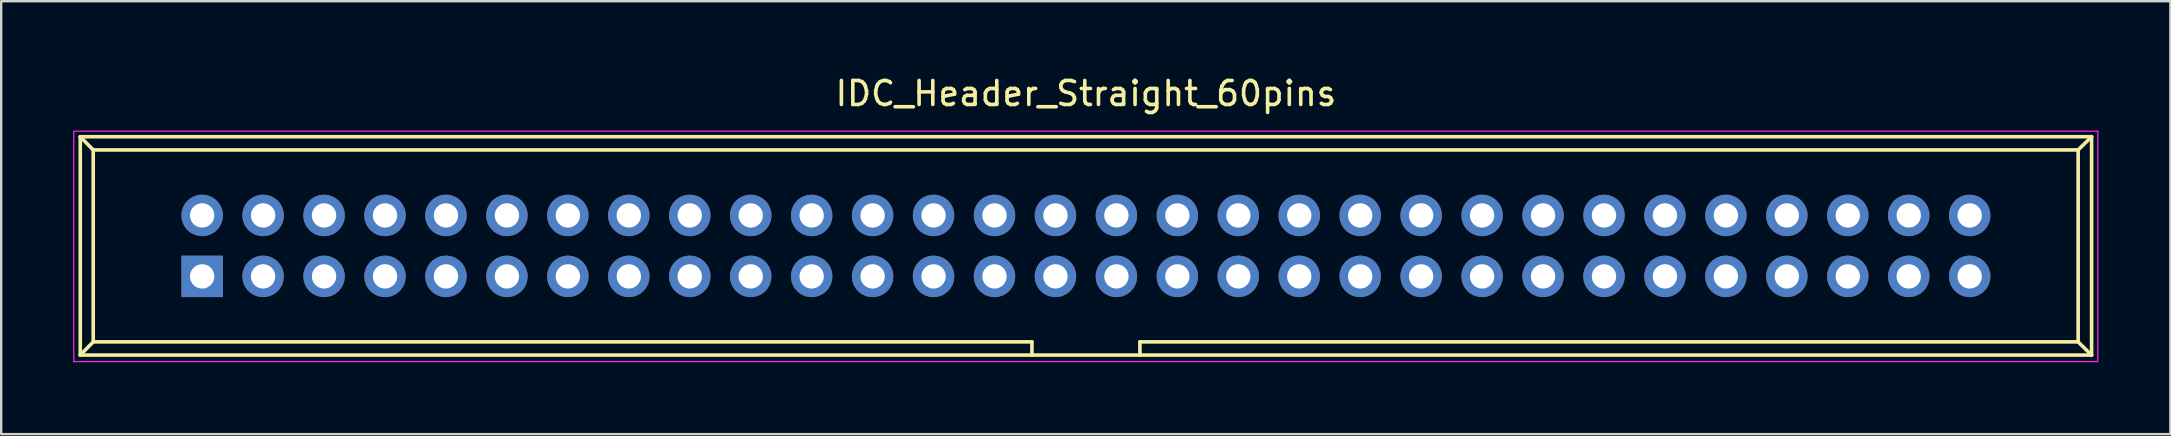
<source format=kicad_pcb>
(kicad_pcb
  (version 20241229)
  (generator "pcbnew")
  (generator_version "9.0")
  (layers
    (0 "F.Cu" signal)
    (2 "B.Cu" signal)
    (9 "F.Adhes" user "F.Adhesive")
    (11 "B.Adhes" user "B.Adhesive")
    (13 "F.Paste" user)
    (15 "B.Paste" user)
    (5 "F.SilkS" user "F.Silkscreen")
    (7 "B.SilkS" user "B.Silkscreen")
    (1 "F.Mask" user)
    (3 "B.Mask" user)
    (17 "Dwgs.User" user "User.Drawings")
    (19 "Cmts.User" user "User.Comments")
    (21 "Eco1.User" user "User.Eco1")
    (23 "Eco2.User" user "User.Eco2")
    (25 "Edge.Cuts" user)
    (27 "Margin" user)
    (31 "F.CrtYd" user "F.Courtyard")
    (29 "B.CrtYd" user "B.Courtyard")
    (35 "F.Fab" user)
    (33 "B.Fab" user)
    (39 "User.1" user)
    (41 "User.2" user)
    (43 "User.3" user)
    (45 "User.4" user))
  (footprint "IDC_Header_Straight_60pins"
    (layer "F.Cu")
    (at 5.375 8.468)
    (property "Reference" "IDC_Header_Straight_60pins" (at 36.83 -7.62 0) (layer "F.SilkS") (effects (font (size 1 1) (thickness 0.15))))
    (attr through_hole)
    (fp_line (start -5.08 -5.82) (end -5.08 3.28) (stroke (width 0.15) (type solid)) (layer "F.SilkS"))
    (fp_line (start -5.08 -5.82) (end -4.54 -5.27) (stroke (width 0.15) (type solid)) (layer "F.SilkS"))
    (fp_line (start -5.08 -5.82) (end 78.74 -5.82) (stroke (width 0.15) (type solid)) (layer "F.SilkS"))
    (fp_line (start -5.08 3.28) (end -4.54 2.73) (stroke (width 0.15) (type solid)) (layer "F.SilkS"))
    (fp_line (start -5.08 3.28) (end 78.74 3.28) (stroke (width 0.15) (type solid)) (layer "F.SilkS"))
    (fp_line (start -4.54 -5.27) (end -4.54 2.73) (stroke (width 0.15) (type solid)) (layer "F.SilkS"))
    (fp_line (start -4.54 -5.27) (end 78.18 -5.27) (stroke (width 0.15) (type solid)) (layer "F.SilkS"))
    (fp_line (start -4.54 2.73) (end 34.58 2.73) (stroke (width 0.15) (type solid)) (layer "F.SilkS"))
    (fp_line (start 34.58 2.73) (end 34.58 3.28) (stroke (width 0.15) (type solid)) (layer "F.SilkS"))
    (fp_line (start 39.08 2.73) (end 39.08 3.28) (stroke (width 0.15) (type solid)) (layer "F.SilkS"))
    (fp_line (start 39.08 2.73) (end 78.18 2.73) (stroke (width 0.15) (type solid)) (layer "F.SilkS"))
    (fp_line (start 78.18 -5.27) (end 78.18 2.73) (stroke (width 0.15) (type solid)) (layer "F.SilkS"))
    (fp_line (start 78.74 -5.82) (end 78.18 -5.27) (stroke (width 0.15) (type solid)) (layer "F.SilkS"))
    (fp_line (start 78.74 -5.82) (end 78.74 3.28) (stroke (width 0.15) (type solid)) (layer "F.SilkS"))
    (fp_line (start 78.74 3.28) (end 78.18 2.73) (stroke (width 0.15) (type solid)) (layer "F.SilkS"))
    (fp_line (start -5.35 -6.05) (end 79 -6.05) (stroke (width 0.05) (type solid)) (layer "F.CrtYd"))
    (fp_line (start -5.35 3.55) (end -5.35 -6.05) (stroke (width 0.05) (type solid)) (layer "F.CrtYd"))
    (fp_line (start 79 -6.05) (end 79 3.55) (stroke (width 0.05) (type solid)) (layer "F.CrtYd"))
    (fp_line (start 79 3.55) (end -5.35 3.55) (stroke (width 0.05) (type solid)) (layer "F.CrtYd"))
    (pad "1" thru_hole rect (at 0 0) (size 1.727 1.727) (drill 1.016) (layers "*.Cu" "*.Mask"))
    (pad "2" thru_hole oval (at 0 -2.54) (size 1.727 1.727) (drill 1.016) (layers "*.Cu" "*.Mask"))
    (pad "3" thru_hole oval (at 2.54 0) (size 1.727 1.727) (drill 1.016) (layers "*.Cu" "*.Mask"))
    (pad "4" thru_hole oval (at 2.54 -2.54) (size 1.727 1.727) (drill 1.016) (layers "*.Cu" "*.Mask"))
    (pad "5" thru_hole oval (at 5.08 0) (size 1.727 1.727) (drill 1.016) (layers "*.Cu" "*.Mask"))
    (pad "6" thru_hole oval (at 5.08 -2.54) (size 1.727 1.727) (drill 1.016) (layers "*.Cu" "*.Mask"))
    (pad "7" thru_hole oval (at 7.62 0) (size 1.727 1.727) (drill 1.016) (layers "*.Cu" "*.Mask"))
    (pad "8" thru_hole oval (at 7.62 -2.54) (size 1.727 1.727) (drill 1.016) (layers "*.Cu" "*.Mask"))
    (pad "9" thru_hole oval (at 10.16 0) (size 1.727 1.727) (drill 1.016) (layers "*.Cu" "*.Mask"))
    (pad "10" thru_hole oval (at 10.16 -2.54) (size 1.727 1.727) (drill 1.016) (layers "*.Cu" "*.Mask"))
    (pad "11" thru_hole oval (at 12.7 0) (size 1.727 1.727) (drill 1.016) (layers "*.Cu" "*.Mask"))
    (pad "12" thru_hole oval (at 12.7 -2.54) (size 1.727 1.727) (drill 1.016) (layers "*.Cu" "*.Mask"))
    (pad "13" thru_hole oval (at 15.24 0) (size 1.727 1.727) (drill 1.016) (layers "*.Cu" "*.Mask"))
    (pad "14" thru_hole oval (at 15.24 -2.54) (size 1.727 1.727) (drill 1.016) (layers "*.Cu" "*.Mask"))
    (pad "15" thru_hole oval (at 17.78 0) (size 1.727 1.727) (drill 1.016) (layers "*.Cu" "*.Mask"))
    (pad "16" thru_hole oval (at 17.78 -2.54) (size 1.727 1.727) (drill 1.016) (layers "*.Cu" "*.Mask"))
    (pad "17" thru_hole oval (at 20.32 0) (size 1.727 1.727) (drill 1.016) (layers "*.Cu" "*.Mask"))
    (pad "18" thru_hole oval (at 20.32 -2.54) (size 1.727 1.727) (drill 1.016) (layers "*.Cu" "*.Mask"))
    (pad "19" thru_hole oval (at 22.86 0) (size 1.727 1.727) (drill 1.016) (layers "*.Cu" "*.Mask"))
    (pad "20" thru_hole oval (at 22.86 -2.54) (size 1.727 1.727) (drill 1.016) (layers "*.Cu" "*.Mask"))
    (pad "21" thru_hole oval (at 25.4 0) (size 1.727 1.727) (drill 1.016) (layers "*.Cu" "*.Mask"))
    (pad "22" thru_hole oval (at 25.4 -2.54) (size 1.727 1.727) (drill 1.016) (layers "*.Cu" "*.Mask"))
    (pad "23" thru_hole oval (at 27.94 0) (size 1.727 1.727) (drill 1.016) (layers "*.Cu" "*.Mask"))
    (pad "24" thru_hole oval (at 27.94 -2.54) (size 1.727 1.727) (drill 1.016) (layers "*.Cu" "*.Mask"))
    (pad "25" thru_hole oval (at 30.48 0) (size 1.727 1.727) (drill 1.016) (layers "*.Cu" "*.Mask"))
    (pad "26" thru_hole oval (at 30.48 -2.54) (size 1.727 1.727) (drill 1.016) (layers "*.Cu" "*.Mask"))
    (pad "27" thru_hole oval (at 33.02 0) (size 1.727 1.727) (drill 1.016) (layers "*.Cu" "*.Mask"))
    (pad "28" thru_hole oval (at 33.02 -2.54) (size 1.727 1.727) (drill 1.016) (layers "*.Cu" "*.Mask"))
    (pad "29" thru_hole oval (at 35.56 0) (size 1.727 1.727) (drill 1.016) (layers "*.Cu" "*.Mask"))
    (pad "30" thru_hole oval (at 35.56 -2.54) (size 1.727 1.727) (drill 1.016) (layers "*.Cu" "*.Mask"))
    (pad "31" thru_hole oval (at 38.1 0) (size 1.727 1.727) (drill 1.016) (layers "*.Cu" "*.Mask"))
    (pad "32" thru_hole oval (at 38.1 -2.54) (size 1.727 1.727) (drill 1.016) (layers "*.Cu" "*.Mask"))
    (pad "33" thru_hole oval (at 40.64 0) (size 1.727 1.727) (drill 1.016) (layers "*.Cu" "*.Mask"))
    (pad "34" thru_hole oval (at 40.64 -2.54) (size 1.727 1.727) (drill 1.016) (layers "*.Cu" "*.Mask"))
    (pad "35" thru_hole oval (at 43.18 0) (size 1.727 1.727) (drill 1.016) (layers "*.Cu" "*.Mask"))
    (pad "36" thru_hole oval (at 43.18 -2.54) (size 1.727 1.727) (drill 1.016) (layers "*.Cu" "*.Mask"))
    (pad "37" thru_hole oval (at 45.72 0) (size 1.727 1.727) (drill 1.016) (layers "*.Cu" "*.Mask"))
    (pad "38" thru_hole oval (at 45.72 -2.54) (size 1.727 1.727) (drill 1.016) (layers "*.Cu" "*.Mask"))
    (pad "39" thru_hole oval (at 48.26 0) (size 1.727 1.727) (drill 1.016) (layers "*.Cu" "*.Mask"))
    (pad "40" thru_hole oval (at 48.26 -2.54) (size 1.727 1.727) (drill 1.016) (layers "*.Cu" "*.Mask"))
    (pad "41" thru_hole oval (at 50.8 0) (size 1.727 1.727) (drill 1.016) (layers "*.Cu" "*.Mask"))
    (pad "42" thru_hole oval (at 50.8 -2.54) (size 1.727 1.727) (drill 1.016) (layers "*.Cu" "*.Mask"))
    (pad "43" thru_hole oval (at 53.34 0) (size 1.727 1.727) (drill 1.016) (layers "*.Cu" "*.Mask"))
    (pad "44" thru_hole oval (at 53.34 -2.54) (size 1.727 1.727) (drill 1.016) (layers "*.Cu" "*.Mask"))
    (pad "45" thru_hole oval (at 55.88 0) (size 1.727 1.727) (drill 1.016) (layers "*.Cu" "*.Mask"))
    (pad "46" thru_hole oval (at 55.88 -2.54) (size 1.727 1.727) (drill 1.016) (layers "*.Cu" "*.Mask"))
    (pad "47" thru_hole oval (at 58.42 0) (size 1.727 1.727) (drill 1.016) (layers "*.Cu" "*.Mask"))
    (pad "48" thru_hole oval (at 58.42 -2.54) (size 1.727 1.727) (drill 1.016) (layers "*.Cu" "*.Mask"))
    (pad "49" thru_hole oval (at 60.96 0) (size 1.727 1.727) (drill 1.016) (layers "*.Cu" "*.Mask"))
    (pad "50" thru_hole oval (at 60.96 -2.54) (size 1.727 1.727) (drill 1.016) (layers "*.Cu" "*.Mask"))
    (pad "51" thru_hole oval (at 63.5 0) (size 1.727 1.727) (drill 1.016) (layers "*.Cu" "*.Mask"))
    (pad "52" thru_hole oval (at 63.5 -2.54) (size 1.727 1.727) (drill 1.016) (layers "*.Cu" "*.Mask"))
    (pad "53" thru_hole oval (at 66.04 0) (size 1.727 1.727) (drill 1.016) (layers "*.Cu" "*.Mask"))
    (pad "54" thru_hole oval (at 66.04 -2.54) (size 1.727 1.727) (drill 1.016) (layers "*.Cu" "*.Mask"))
    (pad "55" thru_hole oval (at 68.58 0) (size 1.727 1.727) (drill 1.016) (layers "*.Cu" "*.Mask"))
    (pad "56" thru_hole oval (at 68.58 -2.54) (size 1.727 1.727) (drill 1.016) (layers "*.Cu" "*.Mask"))
    (pad "57" thru_hole oval (at 71.12 0) (size 1.727 1.727) (drill 1.016) (layers "*.Cu" "*.Mask"))
    (pad "58" thru_hole oval (at 71.12 -2.54) (size 1.727 1.727) (drill 1.016) (layers "*.Cu" "*.Mask"))
    (pad "59" thru_hole oval (at 73.66 0) (size 1.727 1.727) (drill 1.016) (layers "*.Cu" "*.Mask"))
    (pad "60" thru_hole oval (at 73.66 -2.54) (size 1.727 1.727) (drill 1.016) (layers "*.Cu" "*.Mask")))
  (gr_rect
    (start -3 -3)
    (end 87.4 15.043)
    (stroke (width 0.1) (type default))
    (fill no)
    (layer "Edge.Cuts")))
</source>
